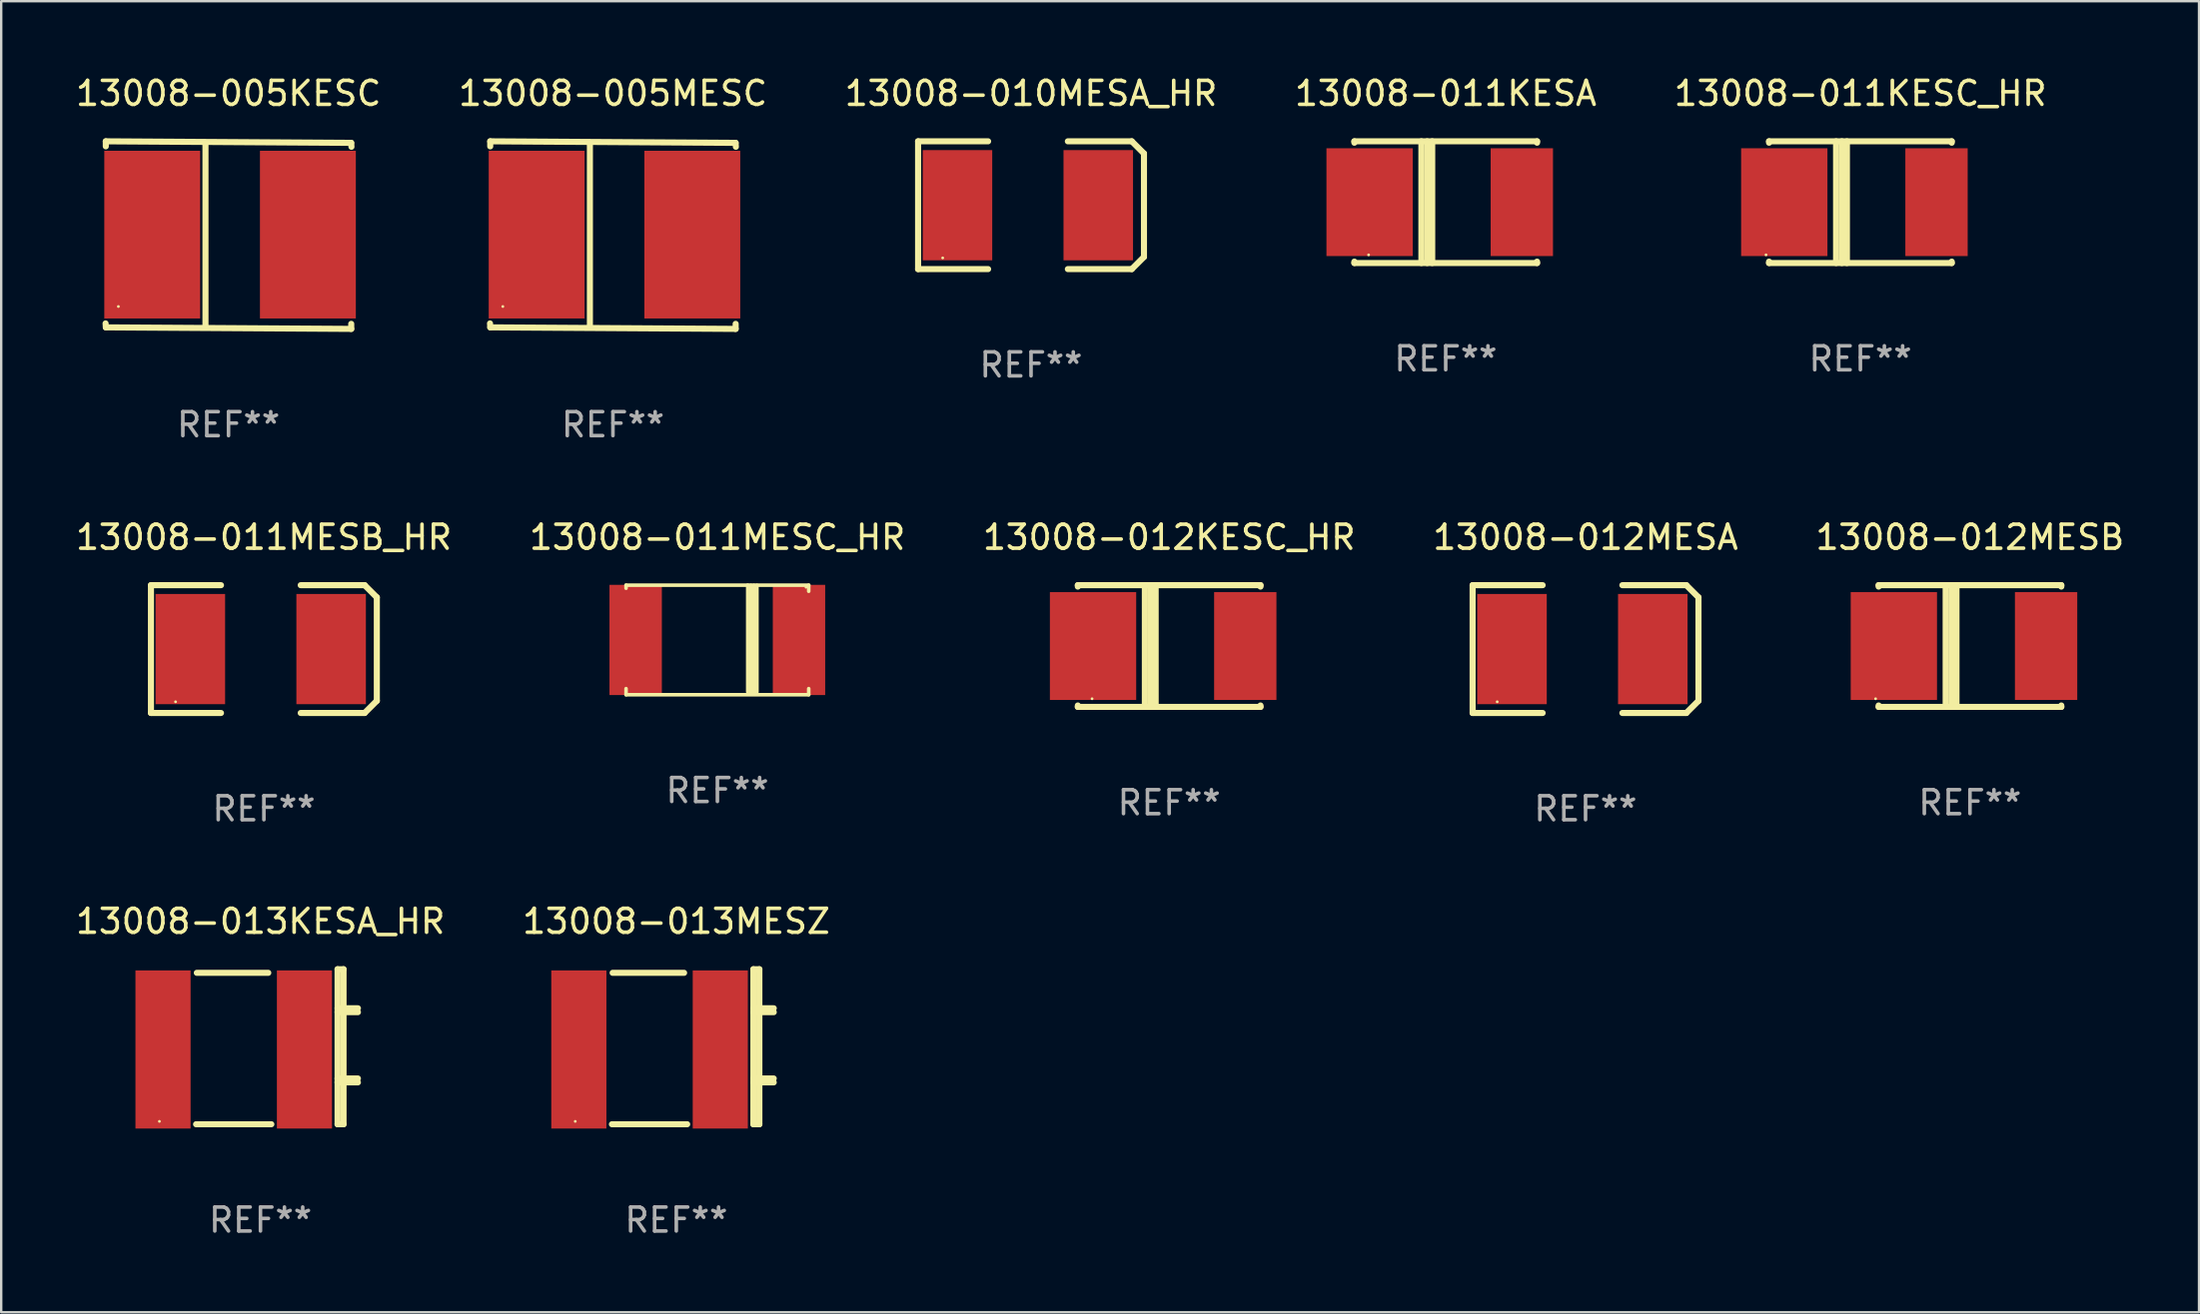
<source format=kicad_pcb>
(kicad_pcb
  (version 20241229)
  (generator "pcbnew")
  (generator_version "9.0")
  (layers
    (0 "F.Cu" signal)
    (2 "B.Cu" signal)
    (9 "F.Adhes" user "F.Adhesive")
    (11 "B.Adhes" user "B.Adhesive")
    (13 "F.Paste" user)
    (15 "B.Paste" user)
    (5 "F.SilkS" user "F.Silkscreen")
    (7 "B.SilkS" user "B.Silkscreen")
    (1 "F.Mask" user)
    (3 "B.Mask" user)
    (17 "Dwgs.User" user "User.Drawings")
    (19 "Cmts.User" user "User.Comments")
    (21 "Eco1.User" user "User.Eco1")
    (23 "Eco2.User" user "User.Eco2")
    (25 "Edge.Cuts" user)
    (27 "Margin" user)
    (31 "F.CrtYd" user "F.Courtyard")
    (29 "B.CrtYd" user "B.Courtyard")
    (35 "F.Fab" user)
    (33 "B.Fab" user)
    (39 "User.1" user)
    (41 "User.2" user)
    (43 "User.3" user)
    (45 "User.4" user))
  (footprint "13008-005MESC"
    (layer "F.Cu")
    (at 22.518 6.763)
    (property "Reference" "13008-005MESC" (at 0 -5.915 0) (layer "F.SilkS") (effects (font (size 1 1) (thickness 0.15))))
    (attr through_hole)
    (fp_line (start -5.119 -3.915) (end 5.117 -3.851) (stroke (width 0.254) (type solid)) (layer "F.SilkS"))
    (fp_line (start -5.119 -3.704) (end -5.119 -3.915) (stroke (width 0.254) (type solid)) (layer "F.SilkS"))
    (fp_line (start -5.117 3.851) (end -5.128 3.686) (stroke (width 0.254) (type solid)) (layer "F.SilkS"))
    (fp_line (start -0.961 -3.801) (end -0.961 3.824) (stroke (width 0.254) (type solid)) (layer "F.SilkS"))
    (fp_line (start 5.117 -3.851) (end 5.128 -3.686) (stroke (width 0.254) (type solid)) (layer "F.SilkS"))
    (fp_line (start 5.119 3.704) (end 5.119 3.915) (stroke (width 0.254) (type solid)) (layer "F.SilkS"))
    (fp_line (start 5.119 3.915) (end -5.117 3.851) (stroke (width 0.254) (type solid)) (layer "F.SilkS"))
    (fp_circle (center -4.594 2.98) (end -4.564 2.98) (stroke (width 0.06) (type solid)) (fill no) (layer "F.SilkS"))
    (fp_text user "REF**" (at 0 7.915 0) (layer "F.Fab") (effects (font (size 1 1) (thickness 0.15))))
    (pad "1" smd rect (at -3.182 -0.02) (size 4 7) (layers "F.Cu" "F.Mask" "F.Paste"))
    (pad "2" smd rect (at 3.311 -0.02) (size 4 7) (layers "F.Cu" "F.Mask" "F.Paste")))
  (footprint "13008-013MESZ"
    (layer "F.Cu")
    (at 25.161 40.64)
    (property "Reference" "13008-013MESZ" (at 0 -5.235 0) (layer "F.SilkS") (effects (font (size 1 1) (thickness 0.15))))
    (attr through_hole)
    (fp_line (start -2.655 -3.085) (end 0.325 -3.085) (stroke (width 0.254) (type solid)) (layer "F.SilkS"))
    (fp_line (start 0.454 3.235) (end -2.685 3.235) (stroke (width 0.254) (type solid)) (layer "F.SilkS"))
    (fp_line (start 3.215 1.325) (end 4.064 1.325) (stroke (width 0.254) (type solid)) (layer "F.SilkS"))
    (fp_line (start 3.215 1.488) (end 4.064 1.488) (stroke (width 0.254) (type solid)) (layer "F.SilkS"))
    (fp_line (start 3.216 -3.235) (end 3.216 3.235) (stroke (width 0.254) (type solid)) (layer "F.SilkS"))
    (fp_line (start 3.216 -3.235) (end 3.465 -3.235) (stroke (width 0.254) (type solid)) (layer "F.SilkS"))
    (fp_line (start 3.216 -1.606) (end 4.065 -1.606) (stroke (width 0.254) (type solid)) (layer "F.SilkS"))
    (fp_line (start 3.216 -1.443) (end 4.065 -1.443) (stroke (width 0.254) (type solid)) (layer "F.SilkS"))
    (fp_line (start 3.465 -3.235) (end 3.465 3.235) (stroke (width 0.254) (type solid)) (layer "F.SilkS"))
    (fp_line (start 3.465 3.235) (end 3.216 3.235) (stroke (width 0.254) (type solid)) (layer "F.SilkS"))
    (fp_circle (center -4.215 3.115) (end -4.185 3.115) (stroke (width 0.06) (type solid)) (fill no) (layer "F.SilkS"))
    (fp_text user "REF**" (at 0 7.235 0) (layer "F.Fab") (effects (font (size 1 1) (thickness 0.15))))
    (pad "1" smd rect (at -4.065 0.115) (size 2.3 6.6) (layers "F.Cu" "F.Mask" "F.Paste"))
    (pad "2" smd rect (at 1.835 0.115) (size 2.3 6.6) (layers "F.Cu" "F.Mask" "F.Paste")))
  (footprint "13008-013KESA_HR"
    (layer "F.Cu")
    (at 7.815 40.64)
    (property "Reference" "13008-013KESA_HR" (at 0 -5.235 0) (layer "F.SilkS") (effects (font (size 1 1) (thickness 0.15))))
    (attr through_hole)
    (fp_line (start -2.655 -3.085) (end 0.325 -3.085) (stroke (width 0.254) (type solid)) (layer "F.SilkS"))
    (fp_line (start 0.454 3.235) (end -2.685 3.235) (stroke (width 0.254) (type solid)) (layer "F.SilkS"))
    (fp_line (start 3.215 1.325) (end 4.064 1.325) (stroke (width 0.254) (type solid)) (layer "F.SilkS"))
    (fp_line (start 3.215 1.488) (end 4.064 1.488) (stroke (width 0.254) (type solid)) (layer "F.SilkS"))
    (fp_line (start 3.216 -3.235) (end 3.216 3.235) (stroke (width 0.254) (type solid)) (layer "F.SilkS"))
    (fp_line (start 3.216 -3.235) (end 3.465 -3.235) (stroke (width 0.254) (type solid)) (layer "F.SilkS"))
    (fp_line (start 3.216 -1.606) (end 4.065 -1.606) (stroke (width 0.254) (type solid)) (layer "F.SilkS"))
    (fp_line (start 3.216 -1.443) (end 4.065 -1.443) (stroke (width 0.254) (type solid)) (layer "F.SilkS"))
    (fp_line (start 3.465 -3.235) (end 3.465 3.235) (stroke (width 0.254) (type solid)) (layer "F.SilkS"))
    (fp_line (start 3.465 3.235) (end 3.216 3.235) (stroke (width 0.254) (type solid)) (layer "F.SilkS"))
    (fp_circle (center -4.215 3.115) (end -4.185 3.115) (stroke (width 0.06) (type solid)) (fill no) (layer "F.SilkS"))
    (fp_text user "REF**" (at 0 7.235 0) (layer "F.Fab") (effects (font (size 1 1) (thickness 0.15))))
    (pad "1" smd rect (at -4.065 0.115) (size 2.3 6.6) (layers "F.Cu" "F.Mask" "F.Paste"))
    (pad "2" smd rect (at 1.835 0.115) (size 2.3 6.6) (layers "F.Cu" "F.Mask" "F.Paste")))
  (footprint "13008-011KESA"
    (layer "F.Cu")
    (at 57.256 5.388)
    (property "Reference" "13008-011KESA" (at 0 -4.54 0) (layer "F.SilkS") (effects (font (size 1 1) (thickness 0.15))))
    (attr through_hole)
    (fp_line (start -3.81 -2.54) (end -3.81 -2.481) (stroke (width 0.254) (type solid)) (layer "F.SilkS"))
    (fp_line (start -3.81 -2.54) (end 3.81 -2.54) (stroke (width 0.254) (type solid)) (layer "F.SilkS"))
    (fp_line (start -3.81 2.481) (end -3.81 2.54) (stroke (width 0.254) (type solid)) (layer "F.SilkS"))
    (fp_line (start -3.81 2.54) (end 3.81 2.54) (stroke (width 0.254) (type solid)) (layer "F.SilkS"))
    (fp_line (start -1.014 -2.54) (end -1.014 2.54) (stroke (width 0.254) (type solid)) (layer "F.SilkS"))
    (fp_line (start -0.774 -2.54) (end -0.774 2.54) (stroke (width 0.254) (type solid)) (layer "F.SilkS"))
    (fp_line (start -0.563 -2.54) (end -0.563 2.54) (stroke (width 0.254) (type solid)) (layer "F.SilkS"))
    (fp_line (start 3.81 -2.481) (end 3.81 -2.54) (stroke (width 0.254) (type solid)) (layer "F.SilkS"))
    (fp_line (start 3.81 2.54) (end 3.81 2.481) (stroke (width 0.254) (type solid)) (layer "F.SilkS"))
    (fp_circle (center -3.216 2.2) (end -3.186 2.2) (stroke (width 0.06) (type solid)) (fill no) (layer "F.SilkS"))
    (fp_text user "REF**" (at 0 6.54 0) (layer "F.Fab") (effects (font (size 1 1) (thickness 0.15))))
    (pad "1" smd rect (at -3.175 0) (size 3.6 4.5) (layers "F.Cu" "F.Mask" "F.Paste"))
    (pad "2" smd rect (at 3.175 0) (size 2.6 4.5) (layers "F.Cu" "F.Mask" "F.Paste")))
  (footprint "13008-012MESA"
    (layer "F.Cu")
    (at 63.089 24.042)
    (property "Reference" "13008-012MESA" (at 0 -4.667 0) (layer "F.SilkS") (effects (font (size 1 1) (thickness 0.15))))
    (attr through_hole)
    (fp_line (start -4.711 -2.667) (end -4.711 2.667) (stroke (width 0.254) (type solid)) (layer "F.SilkS"))
    (fp_line (start -4.711 -2.667) (end -1.79 -2.667) (stroke (width 0.254) (type solid)) (layer "F.SilkS"))
    (fp_line (start -4.711 2.667) (end -1.79 2.667) (stroke (width 0.254) (type solid)) (layer "F.SilkS"))
    (fp_line (start 4.203 -2.667) (end 1.536 -2.667) (stroke (width 0.254) (type solid)) (layer "F.SilkS"))
    (fp_line (start 4.203 2.667) (end 1.536 2.667) (stroke (width 0.254) (type solid)) (layer "F.SilkS"))
    (fp_line (start 4.203 2.667) (end 4.711 2.159) (stroke (width 0.254) (type solid)) (layer "F.SilkS"))
    (fp_line (start 4.711 -2.159) (end 4.203 -2.667) (stroke (width 0.254) (type solid)) (layer "F.SilkS"))
    (fp_line (start 4.711 2.159) (end 4.711 -2.159) (stroke (width 0.254) (type solid)) (layer "F.SilkS"))
    (fp_circle (center -3.685 2.2) (end -3.655 2.2) (stroke (width 0.06) (type solid)) (fill no) (layer "F.SilkS"))
    (fp_text user "REF**" (at 0 6.667 0) (layer "F.Fab") (effects (font (size 1 1) (thickness 0.15))))
    (pad "1" smd rect (at -3.068 0) (size 2.9 4.6) (layers "F.Cu" "F.Mask" "F.Paste"))
    (pad "2" smd rect (at 2.805 0) (size 2.9 4.6) (layers "F.Cu" "F.Mask" "F.Paste")))
  (footprint "13008-005KESC"
    (layer "F.Cu")
    (at 6.482 6.763)
    (property "Reference" "13008-005KESC" (at 0 -5.915 0) (layer "F.SilkS") (effects (font (size 1 1) (thickness 0.15))))
    (attr through_hole)
    (fp_line (start -5.119 -3.915) (end 5.117 -3.851) (stroke (width 0.254) (type solid)) (layer "F.SilkS"))
    (fp_line (start -5.119 -3.704) (end -5.119 -3.915) (stroke (width 0.254) (type solid)) (layer "F.SilkS"))
    (fp_line (start -5.117 3.851) (end -5.128 3.686) (stroke (width 0.254) (type solid)) (layer "F.SilkS"))
    (fp_line (start -0.961 -3.801) (end -0.961 3.824) (stroke (width 0.254) (type solid)) (layer "F.SilkS"))
    (fp_line (start 5.117 -3.851) (end 5.128 -3.686) (stroke (width 0.254) (type solid)) (layer "F.SilkS"))
    (fp_line (start 5.119 3.704) (end 5.119 3.915) (stroke (width 0.254) (type solid)) (layer "F.SilkS"))
    (fp_line (start 5.119 3.915) (end -5.117 3.851) (stroke (width 0.254) (type solid)) (layer "F.SilkS"))
    (fp_circle (center -4.594 2.98) (end -4.564 2.98) (stroke (width 0.06) (type solid)) (fill no) (layer "F.SilkS"))
    (fp_text user "REF**" (at 0 7.915 0) (layer "F.Fab") (effects (font (size 1 1) (thickness 0.15))))
    (pad "1" smd rect (at -3.182 -0.02) (size 4 7) (layers "F.Cu" "F.Mask" "F.Paste"))
    (pad "2" smd rect (at 3.311 -0.02) (size 4 7) (layers "F.Cu" "F.Mask" "F.Paste")))
  (footprint "13008-012KESC_HR"
    (layer "F.Cu")
    (at 45.72 23.915)
    (property "Reference" "13008-012KESC_HR" (at 0 -4.54 0) (layer "F.SilkS") (effects (font (size 1 1) (thickness 0.15))))
    (attr through_hole)
    (fp_line (start -3.81 -2.54) (end -3.81 -2.481) (stroke (width 0.254) (type solid)) (layer "F.SilkS"))
    (fp_line (start -3.81 -2.54) (end 3.81 -2.54) (stroke (width 0.254) (type solid)) (layer "F.SilkS"))
    (fp_line (start -3.81 2.481) (end -3.81 2.54) (stroke (width 0.254) (type solid)) (layer "F.SilkS"))
    (fp_line (start -3.81 2.54) (end 3.81 2.54) (stroke (width 0.254) (type solid)) (layer "F.SilkS"))
    (fp_line (start -1.014 -2.54) (end -1.014 2.54) (stroke (width 0.254) (type solid)) (layer "F.SilkS"))
    (fp_line (start -0.774 -2.54) (end -0.774 2.54) (stroke (width 0.254) (type solid)) (layer "F.SilkS"))
    (fp_line (start -0.563 -2.54) (end -0.563 2.54) (stroke (width 0.254) (type solid)) (layer "F.SilkS"))
    (fp_line (start 3.81 -2.481) (end 3.81 -2.54) (stroke (width 0.254) (type solid)) (layer "F.SilkS"))
    (fp_line (start 3.81 2.54) (end 3.81 2.481) (stroke (width 0.254) (type solid)) (layer "F.SilkS"))
    (fp_circle (center -3.216 2.2) (end -3.186 2.2) (stroke (width 0.06) (type solid)) (fill no) (layer "F.SilkS"))
    (fp_text user "REF**" (at 0 6.54 0) (layer "F.Fab") (effects (font (size 1 1) (thickness 0.15))))
    (pad "1" smd rect (at -3.175 0) (size 3.6 4.5) (layers "F.Cu" "F.Mask" "F.Paste"))
    (pad "2" smd rect (at 3.175 0) (size 2.6 4.5) (layers "F.Cu" "F.Mask" "F.Paste")))
  (footprint "13008-011MESB_HR"
    (layer "F.Cu")
    (at 7.958 24.042)
    (property "Reference" "13008-011MESB_HR" (at 0 -4.667 0) (layer "F.SilkS") (effects (font (size 1 1) (thickness 0.15))))
    (attr through_hole)
    (fp_line (start -4.711 -2.667) (end -4.711 2.667) (stroke (width 0.254) (type solid)) (layer "F.SilkS"))
    (fp_line (start -4.711 -2.667) (end -1.79 -2.667) (stroke (width 0.254) (type solid)) (layer "F.SilkS"))
    (fp_line (start -4.711 2.667) (end -1.79 2.667) (stroke (width 0.254) (type solid)) (layer "F.SilkS"))
    (fp_line (start 4.203 -2.667) (end 1.536 -2.667) (stroke (width 0.254) (type solid)) (layer "F.SilkS"))
    (fp_line (start 4.203 2.667) (end 1.536 2.667) (stroke (width 0.254) (type solid)) (layer "F.SilkS"))
    (fp_line (start 4.203 2.667) (end 4.711 2.159) (stroke (width 0.254) (type solid)) (layer "F.SilkS"))
    (fp_line (start 4.711 -2.159) (end 4.203 -2.667) (stroke (width 0.254) (type solid)) (layer "F.SilkS"))
    (fp_line (start 4.711 2.159) (end 4.711 -2.159) (stroke (width 0.254) (type solid)) (layer "F.SilkS"))
    (fp_circle (center -3.685 2.2) (end -3.655 2.2) (stroke (width 0.06) (type solid)) (fill no) (layer "F.SilkS"))
    (fp_text user "REF**" (at 0 6.667 0) (layer "F.Fab") (effects (font (size 1 1) (thickness 0.15))))
    (pad "1" smd rect (at -3.068 0) (size 2.9 4.6) (layers "F.Cu" "F.Mask" "F.Paste"))
    (pad "2" smd rect (at 2.805 0) (size 2.9 4.6) (layers "F.Cu" "F.Mask" "F.Paste")))
  (footprint "13008-011MESC_HR"
    (layer "F.Cu")
    (at 26.875 23.661)
    (property "Reference" "13008-011MESC_HR" (at 0 -4.286 0) (layer "F.SilkS") (effects (font (size 1 1) (thickness 0.15))))
    (attr through_hole)
    (fp_line (start -3.81 -2.286) (end -3.81 -2.159) (stroke (width 0.15) (type solid)) (layer "F.SilkS"))
    (fp_line (start -3.81 2.032) (end -3.81 2.286) (stroke (width 0.15) (type solid)) (layer "F.SilkS"))
    (fp_line (start -3.81 2.286) (end 3.81 2.286) (stroke (width 0.15) (type solid)) (layer "F.SilkS"))
    (fp_line (start 1.267 -2.286) (end 1.267 2.166) (stroke (width 0.152) (type solid)) (layer "F.SilkS"))
    (fp_line (start 1.394 -2.277) (end 1.394 2.175) (stroke (width 0.152) (type solid)) (layer "F.SilkS"))
    (fp_line (start 1.521 -2.277) (end 1.521 2.175) (stroke (width 0.152) (type solid)) (layer "F.SilkS"))
    (fp_line (start 1.648 -2.277) (end 1.648 2.175) (stroke (width 0.152) (type solid)) (layer "F.SilkS"))
    (fp_line (start 3.81 -2.286) (end -3.81 -2.286) (stroke (width 0.15) (type solid)) (layer "F.SilkS"))
    (fp_line (start 3.81 -2.032) (end 3.81 -2.286) (stroke (width 0.15) (type solid)) (layer "F.SilkS"))
    (fp_line (start 3.81 2.286) (end 3.81 2.032) (stroke (width 0.15) (type solid)) (layer "F.SilkS"))
    (fp_circle (center 3.697 -2.2) (end 3.727 -2.2) (stroke (width 0.06) (type solid)) (fill no) (layer "F.SilkS"))
    (fp_text user "REF**" (at 0 6.286 0) (layer "F.Fab") (effects (font (size 1 1) (thickness 0.15))))
    (pad "1" smd rect (at 3.404 0 180) (size 2.185 4.6) (layers "F.Cu" "F.Mask" "F.Paste"))
    (pad "2" smd rect (at -3.409 0 180) (size 2.185 4.6) (layers "F.Cu" "F.Mask" "F.Paste")))
  (footprint "13008-011KESC_HR"
    (layer "F.Cu")
    (at 74.554 5.388)
    (property "Reference" "13008-011KESC_HR" (at 0 -4.54 0) (layer "F.SilkS") (effects (font (size 1 1) (thickness 0.15))))
    (attr through_hole)
    (fp_line (start -3.81 -2.54) (end -3.81 -2.481) (stroke (width 0.254) (type solid)) (layer "F.SilkS"))
    (fp_line (start -3.81 -2.54) (end 3.81 -2.54) (stroke (width 0.254) (type solid)) (layer "F.SilkS"))
    (fp_line (start -3.81 2.481) (end -3.81 2.54) (stroke (width 0.254) (type solid)) (layer "F.SilkS"))
    (fp_line (start -3.81 2.54) (end 3.81 2.54) (stroke (width 0.254) (type solid)) (layer "F.SilkS"))
    (fp_line (start -1.014 -2.54) (end -1.014 2.54) (stroke (width 0.254) (type solid)) (layer "F.SilkS"))
    (fp_line (start -0.774 -2.54) (end -0.774 2.54) (stroke (width 0.254) (type solid)) (layer "F.SilkS"))
    (fp_line (start -0.563 -2.54) (end -0.563 2.54) (stroke (width 0.254) (type solid)) (layer "F.SilkS"))
    (fp_line (start 3.81 -2.481) (end 3.81 -2.54) (stroke (width 0.254) (type solid)) (layer "F.SilkS"))
    (fp_line (start 3.81 2.54) (end 3.81 2.481) (stroke (width 0.254) (type solid)) (layer "F.SilkS"))
    (fp_circle (center -3.937 2.2) (end -3.907 2.2) (stroke (width 0.06) (type solid)) (fill no) (layer "F.SilkS"))
    (fp_text user "REF**" (at 0 6.54 0) (layer "F.Fab") (effects (font (size 1 1) (thickness 0.15))))
    (pad "1" smd rect (at -3.175 0) (size 3.6 4.5) (layers "F.Cu" "F.Mask" "F.Paste"))
    (pad "2" smd rect (at 3.175 0) (size 2.6 4.5) (layers "F.Cu" "F.Mask" "F.Paste")))
  (footprint "13008-010MESA_HR"
    (layer "F.Cu")
    (at 39.958 5.515)
    (property "Reference" "13008-010MESA_HR" (at 0 -4.667 0) (layer "F.SilkS") (effects (font (size 1 1) (thickness 0.15))))
    (attr through_hole)
    (fp_line (start -4.711 -2.667) (end -4.711 2.667) (stroke (width 0.254) (type solid)) (layer "F.SilkS"))
    (fp_line (start -4.711 -2.667) (end -1.79 -2.667) (stroke (width 0.254) (type solid)) (layer "F.SilkS"))
    (fp_line (start -4.711 2.667) (end -1.79 2.667) (stroke (width 0.254) (type solid)) (layer "F.SilkS"))
    (fp_line (start 4.203 -2.667) (end 1.536 -2.667) (stroke (width 0.254) (type solid)) (layer "F.SilkS"))
    (fp_line (start 4.203 2.667) (end 1.536 2.667) (stroke (width 0.254) (type solid)) (layer "F.SilkS"))
    (fp_line (start 4.203 2.667) (end 4.711 2.159) (stroke (width 0.254) (type solid)) (layer "F.SilkS"))
    (fp_line (start 4.711 -2.159) (end 4.203 -2.667) (stroke (width 0.254) (type solid)) (layer "F.SilkS"))
    (fp_line (start 4.711 2.159) (end 4.711 -2.159) (stroke (width 0.254) (type solid)) (layer "F.SilkS"))
    (fp_circle (center -3.685 2.2) (end -3.655 2.2) (stroke (width 0.06) (type solid)) (fill no) (layer "F.SilkS"))
    (fp_text user "REF**" (at 0 6.667 0) (layer "F.Fab") (effects (font (size 1 1) (thickness 0.15))))
    (pad "1" smd rect (at -3.068 0) (size 2.9 4.6) (layers "F.Cu" "F.Mask" "F.Paste"))
    (pad "2" smd rect (at 2.805 0) (size 2.9 4.6) (layers "F.Cu" "F.Mask" "F.Paste")))
  (footprint "13008-012MESB"
    (layer "F.Cu")
    (at 79.125 23.915)
    (property "Reference" "13008-012MESB" (at 0 -4.54 0) (layer "F.SilkS") (effects (font (size 1 1) (thickness 0.15))))
    (attr through_hole)
    (fp_line (start -3.81 -2.54) (end -3.81 -2.481) (stroke (width 0.254) (type solid)) (layer "F.SilkS"))
    (fp_line (start -3.81 -2.54) (end 3.81 -2.54) (stroke (width 0.254) (type solid)) (layer "F.SilkS"))
    (fp_line (start -3.81 2.481) (end -3.81 2.54) (stroke (width 0.254) (type solid)) (layer "F.SilkS"))
    (fp_line (start -3.81 2.54) (end 3.81 2.54) (stroke (width 0.254) (type solid)) (layer "F.SilkS"))
    (fp_line (start -1.014 -2.54) (end -1.014 2.54) (stroke (width 0.254) (type solid)) (layer "F.SilkS"))
    (fp_line (start -0.774 -2.54) (end -0.774 2.54) (stroke (width 0.254) (type solid)) (layer "F.SilkS"))
    (fp_line (start -0.563 -2.54) (end -0.563 2.54) (stroke (width 0.254) (type solid)) (layer "F.SilkS"))
    (fp_line (start 3.81 -2.481) (end 3.81 -2.54) (stroke (width 0.254) (type solid)) (layer "F.SilkS"))
    (fp_line (start 3.81 2.54) (end 3.81 2.481) (stroke (width 0.254) (type solid)) (layer "F.SilkS"))
    (fp_circle (center -3.937 2.2) (end -3.907 2.2) (stroke (width 0.06) (type solid)) (fill no) (layer "F.SilkS"))
    (fp_text user "REF**" (at 0 6.54 0) (layer "F.Fab") (effects (font (size 1 1) (thickness 0.15))))
    (pad "1" smd rect (at -3.175 0) (size 3.6 4.5) (layers "F.Cu" "F.Mask" "F.Paste"))
    (pad "2" smd rect (at 3.175 0) (size 2.6 4.5) (layers "F.Cu" "F.Mask" "F.Paste")))
  (gr_rect
    (start -3 -3)
    (end 88.679 51.723)
    (stroke (width 0.1) (type default))
    (fill no)
    (layer "Edge.Cuts")))
</source>
